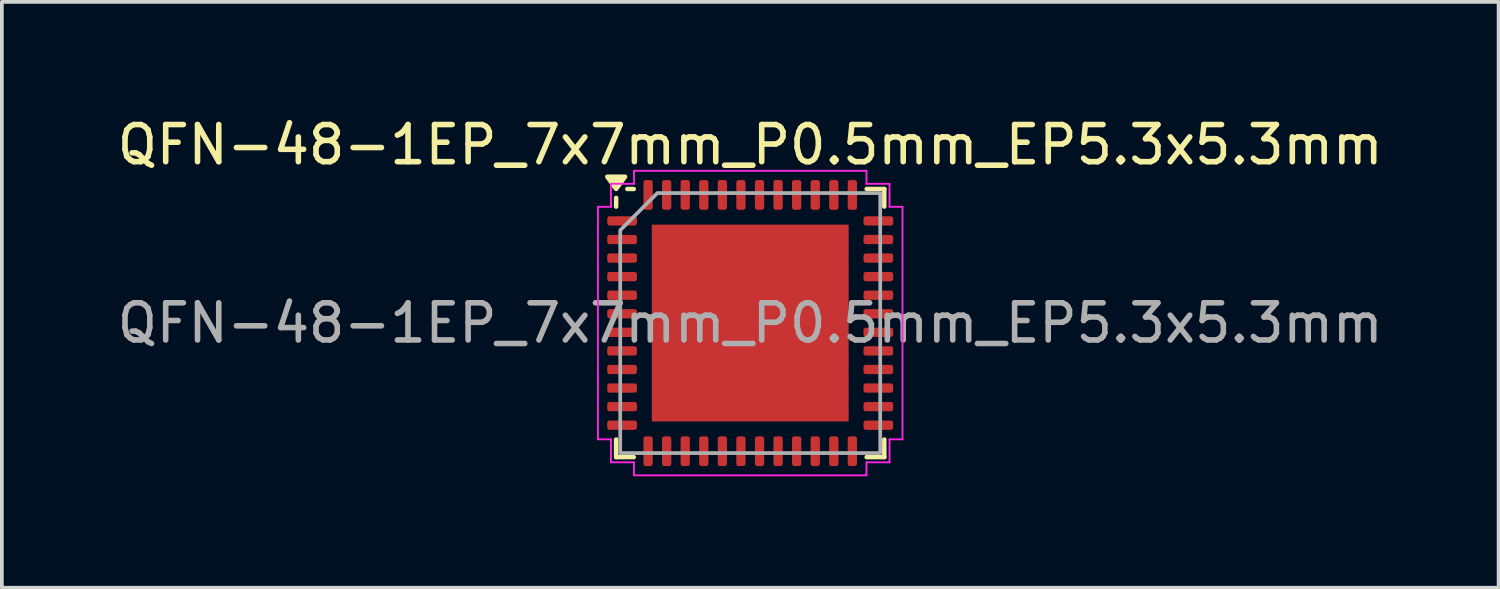
<source format=kicad_pcb>
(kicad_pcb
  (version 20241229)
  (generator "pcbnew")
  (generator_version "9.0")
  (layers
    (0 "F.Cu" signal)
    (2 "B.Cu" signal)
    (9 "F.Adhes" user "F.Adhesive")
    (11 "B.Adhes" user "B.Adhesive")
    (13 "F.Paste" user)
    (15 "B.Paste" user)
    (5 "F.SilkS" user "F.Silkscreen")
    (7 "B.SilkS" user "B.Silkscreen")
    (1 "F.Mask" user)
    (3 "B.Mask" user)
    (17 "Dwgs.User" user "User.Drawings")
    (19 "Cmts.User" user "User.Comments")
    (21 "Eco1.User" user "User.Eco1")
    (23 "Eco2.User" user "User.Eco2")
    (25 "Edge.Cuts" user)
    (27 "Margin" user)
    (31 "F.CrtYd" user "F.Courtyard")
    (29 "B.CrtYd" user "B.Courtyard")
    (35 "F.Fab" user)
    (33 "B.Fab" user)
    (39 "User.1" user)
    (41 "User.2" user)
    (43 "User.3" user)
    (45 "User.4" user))
  (footprint "QFN-48-1EP_7x7mm_P0.5mm_EP5.3x5.3mm"
    (layer "F.Cu")
    (at 17.149 5.648)
    (property "Reference" "QFN-48-1EP_7x7mm_P0.5mm_EP5.3x5.3mm" (at 0 -4.8 0) (layer "F.SilkS") (effects (font (size 1 1) (thickness 0.15))))
    (attr smd)
    (fp_line (start -3.61 -3.135) (end -3.61 -3.37) (stroke (width 0.12) (type solid)) (layer "F.SilkS"))
    (fp_line (start -3.61 3.61) (end -3.61 3.135) (stroke (width 0.12) (type solid)) (layer "F.SilkS"))
    (fp_line (start -3.135 -3.61) (end -3.31 -3.61) (stroke (width 0.12) (type solid)) (layer "F.SilkS"))
    (fp_line (start -3.135 3.61) (end -3.61 3.61) (stroke (width 0.12) (type solid)) (layer "F.SilkS"))
    (fp_line (start 3.135 -3.61) (end 3.61 -3.61) (stroke (width 0.12) (type solid)) (layer "F.SilkS"))
    (fp_line (start 3.135 3.61) (end 3.61 3.61) (stroke (width 0.12) (type solid)) (layer "F.SilkS"))
    (fp_line (start 3.61 -3.61) (end 3.61 -3.135) (stroke (width 0.12) (type solid)) (layer "F.SilkS"))
    (fp_line (start 3.61 3.61) (end 3.61 3.135) (stroke (width 0.12) (type solid)) (layer "F.SilkS"))
    (fp_poly (pts (xy -3.61 -3.61) (xy -3.85 -3.94) (xy -3.37 -3.94)) (stroke (width 0.12) (type solid)) (fill yes) (layer "F.SilkS"))
    (fp_line (start -4.1 -3.13) (end -3.75 -3.13) (stroke (width 0.05) (type solid)) (layer "F.CrtYd"))
    (fp_line (start -4.1 3.13) (end -4.1 -3.13) (stroke (width 0.05) (type solid)) (layer "F.CrtYd"))
    (fp_line (start -3.75 -3.75) (end -3.13 -3.75) (stroke (width 0.05) (type solid)) (layer "F.CrtYd"))
    (fp_line (start -3.75 -3.13) (end -3.75 -3.75) (stroke (width 0.05) (type solid)) (layer "F.CrtYd"))
    (fp_line (start -3.75 3.13) (end -4.1 3.13) (stroke (width 0.05) (type solid)) (layer "F.CrtYd"))
    (fp_line (start -3.75 3.75) (end -3.75 3.13) (stroke (width 0.05) (type solid)) (layer "F.CrtYd"))
    (fp_line (start -3.13 -4.1) (end 3.13 -4.1) (stroke (width 0.05) (type solid)) (layer "F.CrtYd"))
    (fp_line (start -3.13 -3.75) (end -3.13 -4.1) (stroke (width 0.05) (type solid)) (layer "F.CrtYd"))
    (fp_line (start -3.13 3.75) (end -3.75 3.75) (stroke (width 0.05) (type solid)) (layer "F.CrtYd"))
    (fp_line (start -3.13 4.1) (end -3.13 3.75) (stroke (width 0.05) (type solid)) (layer "F.CrtYd"))
    (fp_line (start 3.13 -4.1) (end 3.13 -3.75) (stroke (width 0.05) (type solid)) (layer "F.CrtYd"))
    (fp_line (start 3.13 -3.75) (end 3.75 -3.75) (stroke (width 0.05) (type solid)) (layer "F.CrtYd"))
    (fp_line (start 3.13 3.75) (end 3.13 4.1) (stroke (width 0.05) (type solid)) (layer "F.CrtYd"))
    (fp_line (start 3.13 4.1) (end -3.13 4.1) (stroke (width 0.05) (type solid)) (layer "F.CrtYd"))
    (fp_line (start 3.75 -3.75) (end 3.75 -3.13) (stroke (width 0.05) (type solid)) (layer "F.CrtYd"))
    (fp_line (start 3.75 -3.13) (end 4.1 -3.13) (stroke (width 0.05) (type solid)) (layer "F.CrtYd"))
    (fp_line (start 3.75 3.13) (end 3.75 3.75) (stroke (width 0.05) (type solid)) (layer "F.CrtYd"))
    (fp_line (start 3.75 3.75) (end 3.13 3.75) (stroke (width 0.05) (type solid)) (layer "F.CrtYd"))
    (fp_line (start 4.1 -3.13) (end 4.1 3.13) (stroke (width 0.05) (type solid)) (layer "F.CrtYd"))
    (fp_line (start 4.1 3.13) (end 3.75 3.13) (stroke (width 0.05) (type solid)) (layer "F.CrtYd"))
    (fp_poly (pts (xy -3.5 -2.5) (xy -3.5 3.5) (xy 3.5 3.5) (xy 3.5 -3.5) (xy -2.5 -3.5)) (stroke (width 0.1) (type solid)) (fill no) (layer "F.Fab"))
    (fp_text user "${REFERENCE}" (at 0 0 0) (layer "F.Fab") (effects (font (size 1 1) (thickness 0.15))))
    (pad "" smd roundrect (at -1.98 -1.98) (size 1.07 1.07) (layers "F.Paste") (roundrect_rratio 0.234))
    (pad "" smd roundrect (at -1.98 -0.66) (size 1.07 1.07) (layers "F.Paste") (roundrect_rratio 0.234))
    (pad "" smd roundrect (at -1.98 0.66) (size 1.07 1.07) (layers "F.Paste") (roundrect_rratio 0.234))
    (pad "" smd roundrect (at -1.98 1.98) (size 1.07 1.07) (layers "F.Paste") (roundrect_rratio 0.234))
    (pad "" smd roundrect (at -0.66 -1.98) (size 1.07 1.07) (layers "F.Paste") (roundrect_rratio 0.234))
    (pad "" smd roundrect (at -0.66 -0.66) (size 1.07 1.07) (layers "F.Paste") (roundrect_rratio 0.234))
    (pad "" smd roundrect (at -0.66 0.66) (size 1.07 1.07) (layers "F.Paste") (roundrect_rratio 0.234))
    (pad "" smd roundrect (at -0.66 1.98) (size 1.07 1.07) (layers "F.Paste") (roundrect_rratio 0.234))
    (pad "" smd roundrect (at 0.66 -1.98) (size 1.07 1.07) (layers "F.Paste") (roundrect_rratio 0.234))
    (pad "" smd roundrect (at 0.66 -0.66) (size 1.07 1.07) (layers "F.Paste") (roundrect_rratio 0.234))
    (pad "" smd roundrect (at 0.66 0.66) (size 1.07 1.07) (layers "F.Paste") (roundrect_rratio 0.234))
    (pad "" smd roundrect (at 0.66 1.98) (size 1.07 1.07) (layers "F.Paste") (roundrect_rratio 0.234))
    (pad "" smd roundrect (at 1.98 -1.98) (size 1.07 1.07) (layers "F.Paste") (roundrect_rratio 0.234))
    (pad "" smd roundrect (at 1.98 -0.66) (size 1.07 1.07) (layers "F.Paste") (roundrect_rratio 0.234))
    (pad "" smd roundrect (at 1.98 0.66) (size 1.07 1.07) (layers "F.Paste") (roundrect_rratio 0.234))
    (pad "" smd roundrect (at 1.98 1.98) (size 1.07 1.07) (layers "F.Paste") (roundrect_rratio 0.234))
    (pad "1" smd roundrect (at -3.45 -2.75) (size 0.8 0.25) (layers "F.Cu" "F.Mask" "F.Paste") (roundrect_rratio 0.25))
    (pad "2" smd roundrect (at -3.45 -2.25) (size 0.8 0.25) (layers "F.Cu" "F.Mask" "F.Paste") (roundrect_rratio 0.25))
    (pad "3" smd roundrect (at -3.45 -1.75) (size 0.8 0.25) (layers "F.Cu" "F.Mask" "F.Paste") (roundrect_rratio 0.25))
    (pad "4" smd roundrect (at -3.45 -1.25) (size 0.8 0.25) (layers "F.Cu" "F.Mask" "F.Paste") (roundrect_rratio 0.25))
    (pad "5" smd roundrect (at -3.45 -0.75) (size 0.8 0.25) (layers "F.Cu" "F.Mask" "F.Paste") (roundrect_rratio 0.25))
    (pad "6" smd roundrect (at -3.45 -0.25) (size 0.8 0.25) (layers "F.Cu" "F.Mask" "F.Paste") (roundrect_rratio 0.25))
    (pad "7" smd roundrect (at -3.45 0.25) (size 0.8 0.25) (layers "F.Cu" "F.Mask" "F.Paste") (roundrect_rratio 0.25))
    (pad "8" smd roundrect (at -3.45 0.75) (size 0.8 0.25) (layers "F.Cu" "F.Mask" "F.Paste") (roundrect_rratio 0.25))
    (pad "9" smd roundrect (at -3.45 1.25) (size 0.8 0.25) (layers "F.Cu" "F.Mask" "F.Paste") (roundrect_rratio 0.25))
    (pad "10" smd roundrect (at -3.45 1.75) (size 0.8 0.25) (layers "F.Cu" "F.Mask" "F.Paste") (roundrect_rratio 0.25))
    (pad "11" smd roundrect (at -3.45 2.25) (size 0.8 0.25) (layers "F.Cu" "F.Mask" "F.Paste") (roundrect_rratio 0.25))
    (pad "12" smd roundrect (at -3.45 2.75) (size 0.8 0.25) (layers "F.Cu" "F.Mask" "F.Paste") (roundrect_rratio 0.25))
    (pad "13" smd roundrect (at -2.75 3.45) (size 0.25 0.8) (layers "F.Cu" "F.Mask" "F.Paste") (roundrect_rratio 0.25))
    (pad "14" smd roundrect (at -2.25 3.45) (size 0.25 0.8) (layers "F.Cu" "F.Mask" "F.Paste") (roundrect_rratio 0.25))
    (pad "15" smd roundrect (at -1.75 3.45) (size 0.25 0.8) (layers "F.Cu" "F.Mask" "F.Paste") (roundrect_rratio 0.25))
    (pad "16" smd roundrect (at -1.25 3.45) (size 0.25 0.8) (layers "F.Cu" "F.Mask" "F.Paste") (roundrect_rratio 0.25))
    (pad "17" smd roundrect (at -0.75 3.45) (size 0.25 0.8) (layers "F.Cu" "F.Mask" "F.Paste") (roundrect_rratio 0.25))
    (pad "18" smd roundrect (at -0.25 3.45) (size 0.25 0.8) (layers "F.Cu" "F.Mask" "F.Paste") (roundrect_rratio 0.25))
    (pad "19" smd roundrect (at 0.25 3.45) (size 0.25 0.8) (layers "F.Cu" "F.Mask" "F.Paste") (roundrect_rratio 0.25))
    (pad "20" smd roundrect (at 0.75 3.45) (size 0.25 0.8) (layers "F.Cu" "F.Mask" "F.Paste") (roundrect_rratio 0.25))
    (pad "21" smd roundrect (at 1.25 3.45) (size 0.25 0.8) (layers "F.Cu" "F.Mask" "F.Paste") (roundrect_rratio 0.25))
    (pad "22" smd roundrect (at 1.75 3.45) (size 0.25 0.8) (layers "F.Cu" "F.Mask" "F.Paste") (roundrect_rratio 0.25))
    (pad "23" smd roundrect (at 2.25 3.45) (size 0.25 0.8) (layers "F.Cu" "F.Mask" "F.Paste") (roundrect_rratio 0.25))
    (pad "24" smd roundrect (at 2.75 3.45) (size 0.25 0.8) (layers "F.Cu" "F.Mask" "F.Paste") (roundrect_rratio 0.25))
    (pad "25" smd roundrect (at 3.45 2.75) (size 0.8 0.25) (layers "F.Cu" "F.Mask" "F.Paste") (roundrect_rratio 0.25))
    (pad "26" smd roundrect (at 3.45 2.25) (size 0.8 0.25) (layers "F.Cu" "F.Mask" "F.Paste") (roundrect_rratio 0.25))
    (pad "27" smd roundrect (at 3.45 1.75) (size 0.8 0.25) (layers "F.Cu" "F.Mask" "F.Paste") (roundrect_rratio 0.25))
    (pad "28" smd roundrect (at 3.45 1.25) (size 0.8 0.25) (layers "F.Cu" "F.Mask" "F.Paste") (roundrect_rratio 0.25))
    (pad "29" smd roundrect (at 3.45 0.75) (size 0.8 0.25) (layers "F.Cu" "F.Mask" "F.Paste") (roundrect_rratio 0.25))
    (pad "30" smd roundrect (at 3.45 0.25) (size 0.8 0.25) (layers "F.Cu" "F.Mask" "F.Paste") (roundrect_rratio 0.25))
    (pad "31" smd roundrect (at 3.45 -0.25) (size 0.8 0.25) (layers "F.Cu" "F.Mask" "F.Paste") (roundrect_rratio 0.25))
    (pad "32" smd roundrect (at 3.45 -0.75) (size 0.8 0.25) (layers "F.Cu" "F.Mask" "F.Paste") (roundrect_rratio 0.25))
    (pad "33" smd roundrect (at 3.45 -1.25) (size 0.8 0.25) (layers "F.Cu" "F.Mask" "F.Paste") (roundrect_rratio 0.25))
    (pad "34" smd roundrect (at 3.45 -1.75) (size 0.8 0.25) (layers "F.Cu" "F.Mask" "F.Paste") (roundrect_rratio 0.25))
    (pad "35" smd roundrect (at 3.45 -2.25) (size 0.8 0.25) (layers "F.Cu" "F.Mask" "F.Paste") (roundrect_rratio 0.25))
    (pad "36" smd roundrect (at 3.45 -2.75) (size 0.8 0.25) (layers "F.Cu" "F.Mask" "F.Paste") (roundrect_rratio 0.25))
    (pad "37" smd roundrect (at 2.75 -3.45) (size 0.25 0.8) (layers "F.Cu" "F.Mask" "F.Paste") (roundrect_rratio 0.25))
    (pad "38" smd roundrect (at 2.25 -3.45) (size 0.25 0.8) (layers "F.Cu" "F.Mask" "F.Paste") (roundrect_rratio 0.25))
    (pad "39" smd roundrect (at 1.75 -3.45) (size 0.25 0.8) (layers "F.Cu" "F.Mask" "F.Paste") (roundrect_rratio 0.25))
    (pad "40" smd roundrect (at 1.25 -3.45) (size 0.25 0.8) (layers "F.Cu" "F.Mask" "F.Paste") (roundrect_rratio 0.25))
    (pad "41" smd roundrect (at 0.75 -3.45) (size 0.25 0.8) (layers "F.Cu" "F.Mask" "F.Paste") (roundrect_rratio 0.25))
    (pad "42" smd roundrect (at 0.25 -3.45) (size 0.25 0.8) (layers "F.Cu" "F.Mask" "F.Paste") (roundrect_rratio 0.25))
    (pad "43" smd roundrect (at -0.25 -3.45) (size 0.25 0.8) (layers "F.Cu" "F.Mask" "F.Paste") (roundrect_rratio 0.25))
    (pad "44" smd roundrect (at -0.75 -3.45) (size 0.25 0.8) (layers "F.Cu" "F.Mask" "F.Paste") (roundrect_rratio 0.25))
    (pad "45" smd roundrect (at -1.25 -3.45) (size 0.25 0.8) (layers "F.Cu" "F.Mask" "F.Paste") (roundrect_rratio 0.25))
    (pad "46" smd roundrect (at -1.75 -3.45) (size 0.25 0.8) (layers "F.Cu" "F.Mask" "F.Paste") (roundrect_rratio 0.25))
    (pad "47" smd roundrect (at -2.25 -3.45) (size 0.25 0.8) (layers "F.Cu" "F.Mask" "F.Paste") (roundrect_rratio 0.25))
    (pad "48" smd roundrect (at -2.75 -3.45) (size 0.25 0.8) (layers "F.Cu" "F.Mask" "F.Paste") (roundrect_rratio 0.25))
    (pad "49" smd rect (at 0 0) (size 5.3 5.3) (property pad_prop_heatsink) (layers "F.Cu" "F.Mask")))
  (gr_rect
    (start -3 -3)
    (end 37.298 12.773)
    (stroke (width 0.1) (type default))
    (fill no)
    (layer "Edge.Cuts")))
</source>
